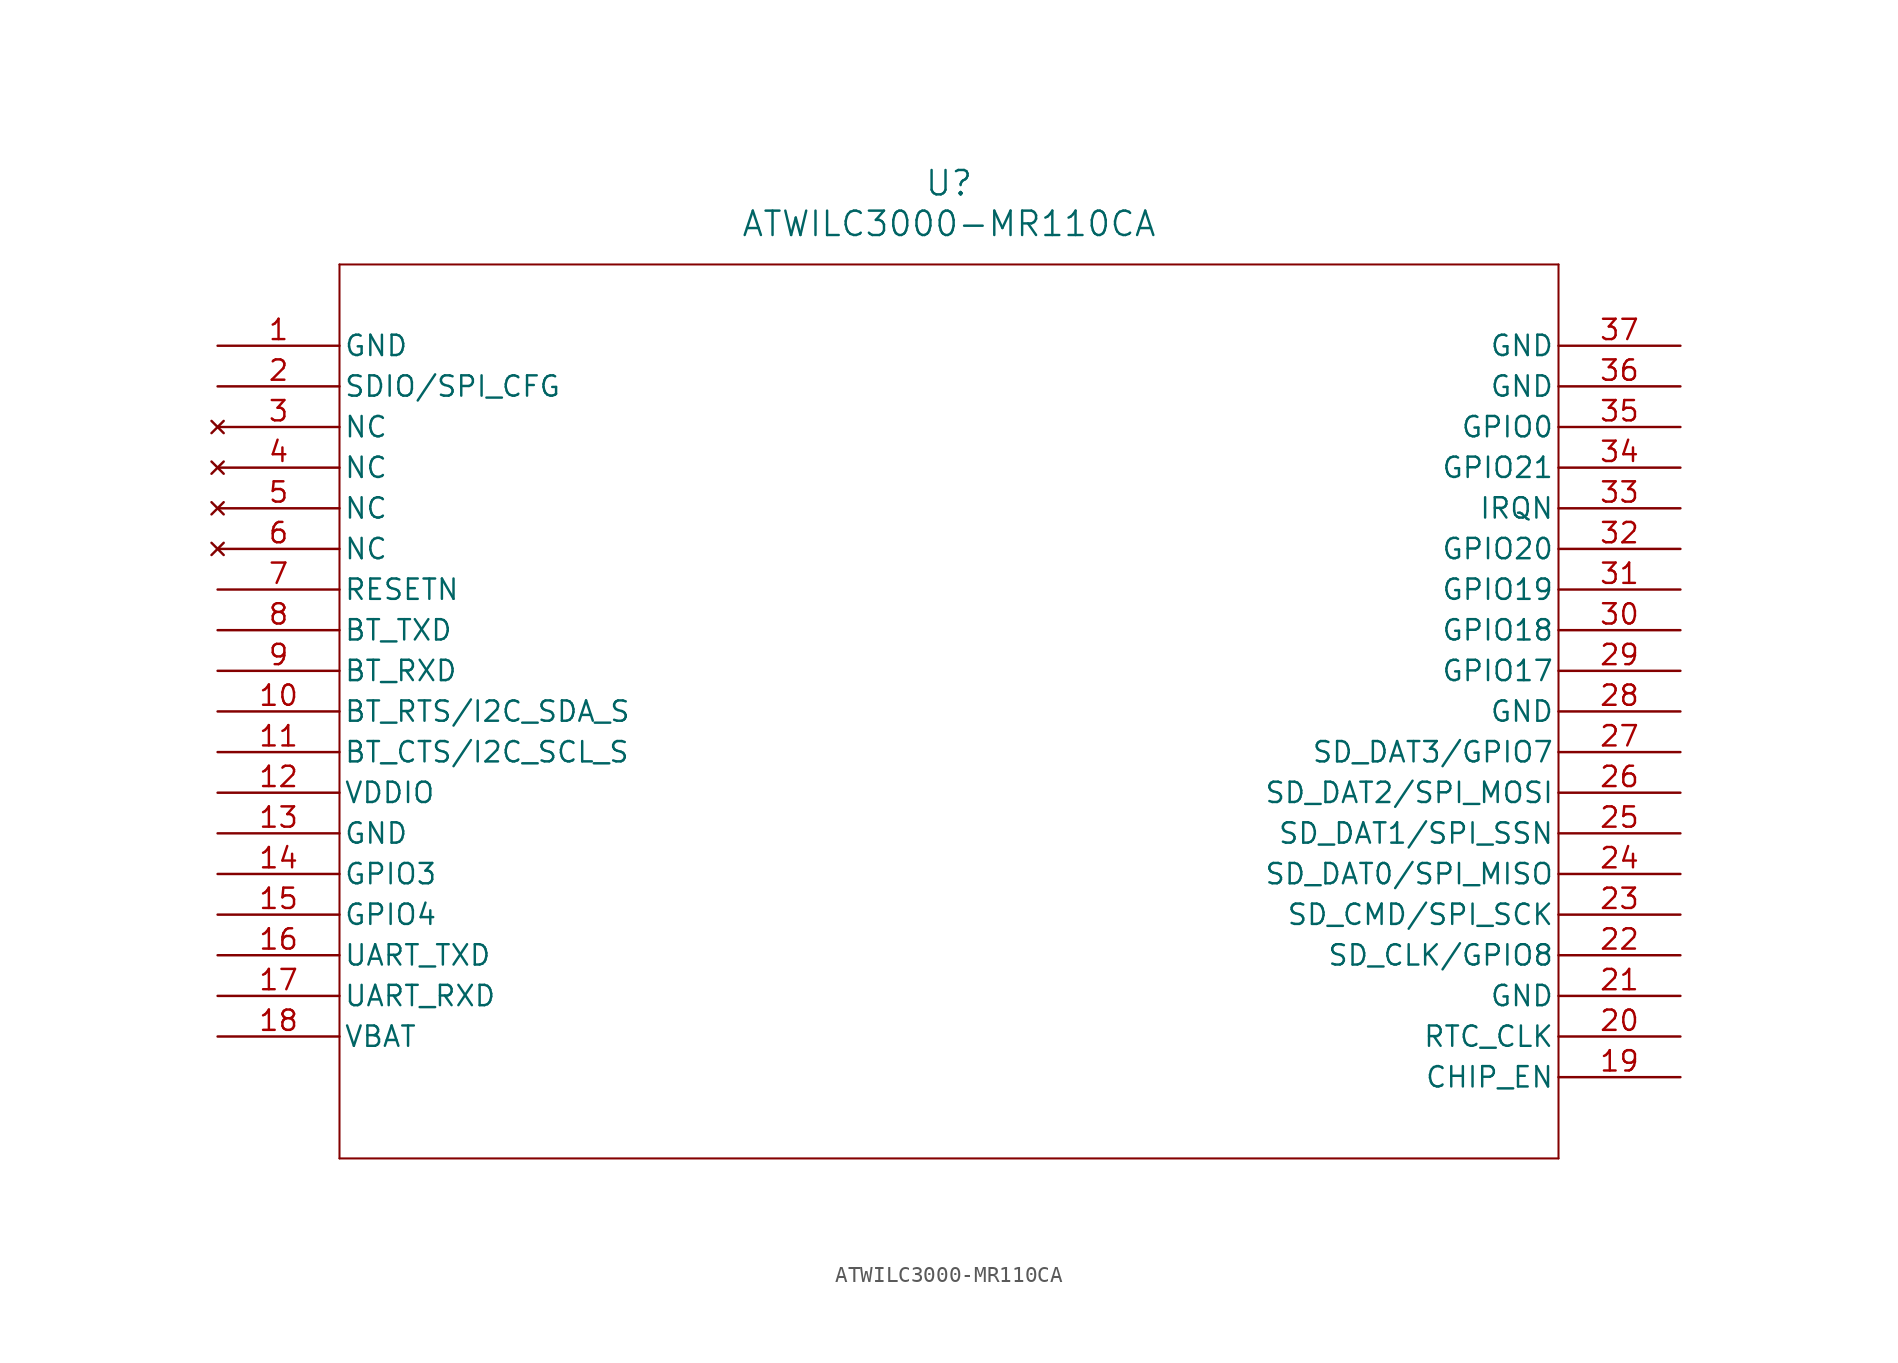
<source format=kicad_sym>
(kicad_symbol_lib
  (version 20211014)
  (generator kicad_symbol_editor)
  (symbol "ATWILC3000-MR110CA"
    (pin_names
      (offset 0.254))
    (property "Reference" "U"
      (at 45.72 10.16 0)
      (effects (font (size 1.524 1.524))))
    (property "Value" "ATWILC3000-MR110CA"
      (at 45.72 7.62 0)
      (effects (font (size 1.524 1.524))))
    (symbol "ATWILC3000-MR110CA_0_1"
      (polyline (pts (xy 7.62 5.08) (xy 7.62 -50.8)) (stroke (width 0.127) (type default) (color 0 0 0 0)) (fill (type none)))
      (polyline (pts (xy 7.62 -50.8) (xy 83.82 -50.8)) (stroke (width 0.127) (type default) (color 0 0 0 0)) (fill (type none)))
      (polyline (pts (xy 83.82 -50.8) (xy 83.82 5.08)) (stroke (width 0.127) (type default) (color 0 0 0 0)) (fill (type none)))
      (polyline (pts (xy 83.82 5.08) (xy 7.62 5.08)) (stroke (width 0.127) (type default) (color 0 0 0 0)) (fill (type none)))
      (pin power_out line (at 0 0 0) (length 7.62) (name "GND" (effects (font (size 1.27 1.27)))) (number "1" (effects (font (size 1.27 1.27)))))
      (pin input line (at 0 -2.54 0) (length 7.62) (name "SDIO/SPI_CFG" (effects (font (size 1.27 1.27)))) (number "2" (effects (font (size 1.27 1.27)))))
      (pin no_connect line (at 0 -5.08 0) (length 7.62) (name "NC" (effects (font (size 1.27 1.27)))) (number "3" (effects (font (size 1.27 1.27)))))
      (pin no_connect line (at 0 -7.62 0) (length 7.62) (name "NC" (effects (font (size 1.27 1.27)))) (number "4" (effects (font (size 1.27 1.27)))))
      (pin no_connect line (at 0 -10.16 0) (length 7.62) (name "NC" (effects (font (size 1.27 1.27)))) (number "5" (effects (font (size 1.27 1.27)))))
      (pin no_connect line (at 0 -12.7 0) (length 7.62) (name "NC" (effects (font (size 1.27 1.27)))) (number "6" (effects (font (size 1.27 1.27)))))
      (pin input line (at 0 -15.24 0) (length 7.62) (name "RESETN" (effects (font (size 1.27 1.27)))) (number "7" (effects (font (size 1.27 1.27)))))
      (pin bidirectional line (at 0 -17.78 0) (length 7.62) (name "BT_TXD" (effects (font (size 1.27 1.27)))) (number "8" (effects (font (size 1.27 1.27)))))
      (pin bidirectional line (at 0 -20.32 0) (length 7.62) (name "BT_RXD" (effects (font (size 1.27 1.27)))) (number "9" (effects (font (size 1.27 1.27)))))
      (pin bidirectional line (at 0 -22.86 0) (length 7.62) (name "BT_RTS/I2C_SDA_S" (effects (font (size 1.27 1.27)))) (number "10" (effects (font (size 1.27 1.27)))))
      (pin bidirectional line (at 0 -25.4 0) (length 7.62) (name "BT_CTS/I2C_SCL_S" (effects (font (size 1.27 1.27)))) (number "11" (effects (font (size 1.27 1.27)))))
      (pin power_in line (at 0 -27.94 0) (length 7.62) (name "VDDIO" (effects (font (size 1.27 1.27)))) (number "12" (effects (font (size 1.27 1.27)))))
      (pin power_out line (at 0 -30.48 0) (length 7.62) (name "GND" (effects (font (size 1.27 1.27)))) (number "13" (effects (font (size 1.27 1.27)))))
      (pin bidirectional line (at 0 -33.02 0) (length 7.62) (name "GPIO3" (effects (font (size 1.27 1.27)))) (number "14" (effects (font (size 1.27 1.27)))))
      (pin bidirectional line (at 0 -35.56 0) (length 7.62) (name "GPIO4" (effects (font (size 1.27 1.27)))) (number "15" (effects (font (size 1.27 1.27)))))
      (pin bidirectional line (at 0 -38.1 0) (length 7.62) (name "UART_TXD" (effects (font (size 1.27 1.27)))) (number "16" (effects (font (size 1.27 1.27)))))
      (pin bidirectional line (at 0 -40.64 0) (length 7.62) (name "UART_RXD" (effects (font (size 1.27 1.27)))) (number "17" (effects (font (size 1.27 1.27)))))
      (pin power_in line (at 0 -43.18 0) (length 7.62) (name "VBAT" (effects (font (size 1.27 1.27)))) (number "18" (effects (font (size 1.27 1.27)))))
      (pin input line (at 91.44 -45.72 180) (length 7.62) (name "CHIP_EN" (effects (font (size 1.27 1.27)))) (number "19" (effects (font (size 1.27 1.27)))))
      (pin input line (at 91.44 -43.18 180) (length 7.62) (name "RTC_CLK" (effects (font (size 1.27 1.27)))) (number "20" (effects (font (size 1.27 1.27)))))
      (pin power_out line (at 91.44 -40.64 180) (length 7.62) (name "GND" (effects (font (size 1.27 1.27)))) (number "21" (effects (font (size 1.27 1.27)))))
      (pin bidirectional line (at 91.44 -38.1 180) (length 7.62) (name "SD_CLK/GPIO8" (effects (font (size 1.27 1.27)))) (number "22" (effects (font (size 1.27 1.27)))))
      (pin bidirectional line (at 91.44 -35.56 180) (length 7.62) (name "SD_CMD/SPI_SCK" (effects (font (size 1.27 1.27)))) (number "23" (effects (font (size 1.27 1.27)))))
      (pin bidirectional line (at 91.44 -33.02 180) (length 7.62) (name "SD_DAT0/SPI_MISO" (effects (font (size 1.27 1.27)))) (number "24" (effects (font (size 1.27 1.27)))))
      (pin bidirectional line (at 91.44 -30.48 180) (length 7.62) (name "SD_DAT1/SPI_SSN" (effects (font (size 1.27 1.27)))) (number "25" (effects (font (size 1.27 1.27)))))
      (pin bidirectional line (at 91.44 -27.94 180) (length 7.62) (name "SD_DAT2/SPI_MOSI" (effects (font (size 1.27 1.27)))) (number "26" (effects (font (size 1.27 1.27)))))
      (pin bidirectional line (at 91.44 -25.4 180) (length 7.62) (name "SD_DAT3/GPIO7" (effects (font (size 1.27 1.27)))) (number "27" (effects (font (size 1.27 1.27)))))
      (pin power_out line (at 91.44 -22.86 180) (length 7.62) (name "GND" (effects (font (size 1.27 1.27)))) (number "28" (effects (font (size 1.27 1.27)))))
      (pin bidirectional line (at 91.44 -20.32 180) (length 7.62) (name "GPIO17" (effects (font (size 1.27 1.27)))) (number "29" (effects (font (size 1.27 1.27)))))
      (pin bidirectional line (at 91.44 -17.78 180) (length 7.62) (name "GPIO18" (effects (font (size 1.27 1.27)))) (number "30" (effects (font (size 1.27 1.27)))))
      (pin bidirectional line (at 91.44 -15.24 180) (length 7.62) (name "GPIO19" (effects (font (size 1.27 1.27)))) (number "31" (effects (font (size 1.27 1.27)))))
      (pin bidirectional line (at 91.44 -12.7 180) (length 7.62) (name "GPIO20" (effects (font (size 1.27 1.27)))) (number "32" (effects (font (size 1.27 1.27)))))
      (pin output line (at 91.44 -10.16 180) (length 7.62) (name "IRQN" (effects (font (size 1.27 1.27)))) (number "33" (effects (font (size 1.27 1.27)))))
      (pin bidirectional line (at 91.44 -7.62 180) (length 7.62) (name "GPIO21" (effects (font (size 1.27 1.27)))) (number "34" (effects (font (size 1.27 1.27)))))
      (pin bidirectional line (at 91.44 -5.08 180) (length 7.62) (name "GPIO0" (effects (font (size 1.27 1.27)))) (number "35" (effects (font (size 1.27 1.27)))))
      (pin power_out line (at 91.44 -2.54 180) (length 7.62) (name "GND" (effects (font (size 1.27 1.27)))) (number "36" (effects (font (size 1.27 1.27)))))
      (pin power_out line (at 91.44 0 180) (length 7.62) (name "GND" (effects (font (size 1.27 1.27)))) (number "37" (effects (font (size 1.27 1.27))))))))
</source>
